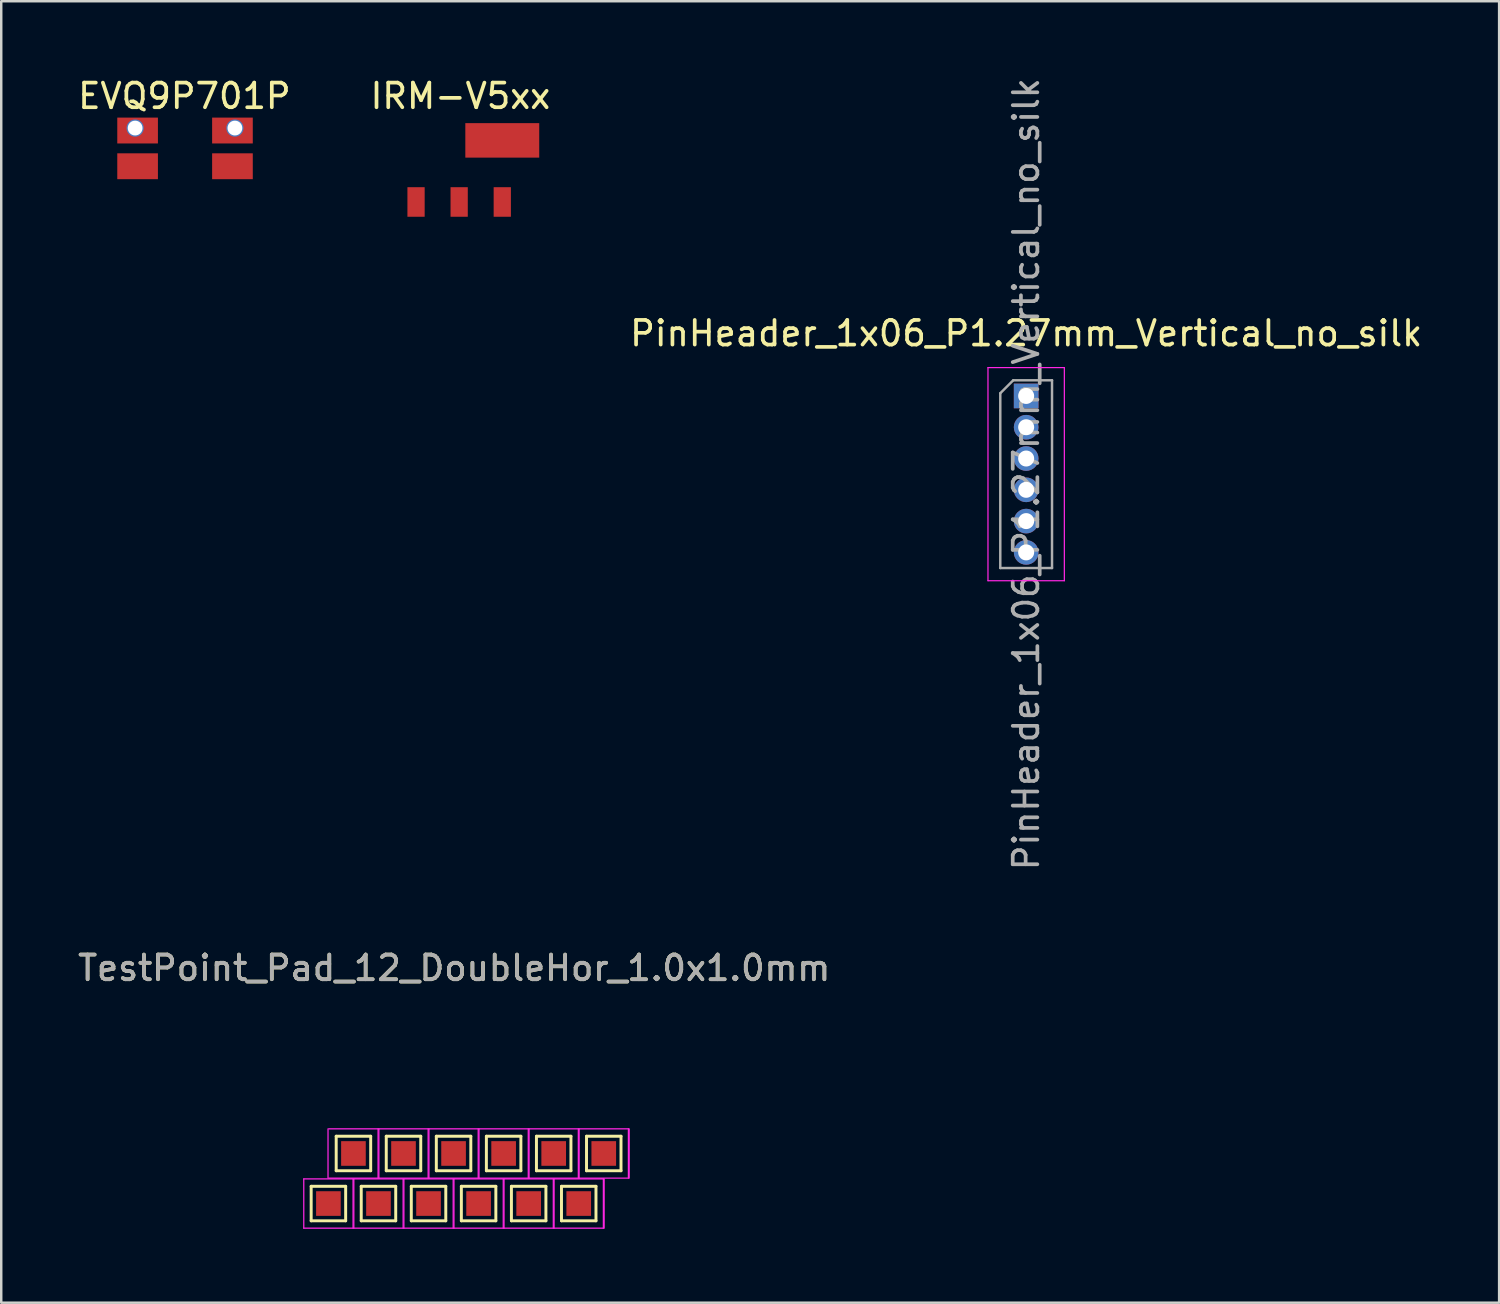
<source format=kicad_pcb>
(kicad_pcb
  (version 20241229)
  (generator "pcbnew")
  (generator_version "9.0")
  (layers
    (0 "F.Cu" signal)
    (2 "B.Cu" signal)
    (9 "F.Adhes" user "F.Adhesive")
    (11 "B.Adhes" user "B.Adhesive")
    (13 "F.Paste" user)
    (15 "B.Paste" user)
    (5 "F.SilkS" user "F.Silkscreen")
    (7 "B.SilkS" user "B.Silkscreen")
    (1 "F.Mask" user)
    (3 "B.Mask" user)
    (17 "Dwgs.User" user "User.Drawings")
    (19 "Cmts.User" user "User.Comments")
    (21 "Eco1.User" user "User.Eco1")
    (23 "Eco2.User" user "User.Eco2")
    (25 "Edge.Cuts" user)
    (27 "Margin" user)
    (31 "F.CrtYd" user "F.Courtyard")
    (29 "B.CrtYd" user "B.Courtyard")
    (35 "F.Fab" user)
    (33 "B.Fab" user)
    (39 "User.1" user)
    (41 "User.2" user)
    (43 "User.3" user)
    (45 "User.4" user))
  (footprint "IRM-V5xx"
    (layer "F.Cu")
    (at 15.637 3.848)
    (property "Reference" "IRM-V5xx" (at 0 -3 0) (layer "F.SilkS") (effects (font (size 1 1) (thickness 0.15))))
    (attr through_hole)
    (pad "1" smd rect (at 1.7 1.3) (size 0.7 1.2) (layers "F.Cu" "F.Mask" "F.Paste"))
    (pad "2" smd rect (at -0.05 1.3) (size 0.7 1.2) (layers "F.Cu" "F.Mask" "F.Paste"))
    (pad "3" smd rect (at -1.8 1.3) (size 0.7 1.2) (layers "F.Cu" "F.Mask" "F.Paste"))
    (pad "3" smd rect (at 1.7 -1.2) (size 3 1.4) (layers "F.Cu" "F.Mask" "F.Paste")))
  (footprint "EVQ9P701P"
    (layer "F.Cu")
    (at 4.435 2.948)
    (property "Reference" "EVQ9P701P" (at 0 -2.1 0) (layer "F.SilkS") (effects (font (size 1 1) (thickness 0.15))))
    (attr through_hole)
    (pad "1" thru_hole circle (at -2 -0.8) (size 0.7 0.7) (drill 0.6) (layers "*.Cu" "*.Mask"))
    (pad "1" smd rect (at -1.9 -0.7) (size 1.65 1.05) (layers "F.Cu" "F.Mask" "F.Paste"))
    (pad "1" smd rect (at 1.95 -0.7) (size 1.65 1.05) (layers "F.Cu" "F.Mask" "F.Paste"))
    (pad "1" thru_hole circle (at 2.05 -0.8) (size 0.7 0.7) (drill 0.6) (layers "*.Cu" "*.Mask"))
    (pad "2" smd rect (at -1.9 0.75) (size 1.65 1.05) (layers "F.Cu" "F.Mask" "F.Paste"))
    (pad "2" smd rect (at 1.95 0.75) (size 1.65 1.05) (layers "F.Cu" "F.Mask" "F.Paste")))
  (footprint "PinHeader_1x06_P1.27mm_Vertical_no_silk"
    (layer "F.Cu")
    (at 38.601 13.021)
    (property "Reference" "PinHeader_1x06_P1.27mm_Vertical_no_silk" (at 0 -2.54 0) (layer "F.SilkS") (effects (font (size 1 1) (thickness 0.15))))
    (attr through_hole)
    (fp_line (start -1.55 -1.15) (end -1.55 7.5) (stroke (width 0.05) (type solid)) (layer "F.CrtYd"))
    (fp_line (start -1.55 7.5) (end 1.55 7.5) (stroke (width 0.05) (type solid)) (layer "F.CrtYd"))
    (fp_line (start 1.55 -1.15) (end -1.55 -1.15) (stroke (width 0.05) (type solid)) (layer "F.CrtYd"))
    (fp_line (start 1.55 7.5) (end 1.55 -1.15) (stroke (width 0.05) (type solid)) (layer "F.CrtYd"))
    (fp_line (start -1.05 -0.11) (end -0.525 -0.635) (stroke (width 0.1) (type solid)) (layer "F.Fab"))
    (fp_line (start -1.05 6.985) (end -1.05 -0.11) (stroke (width 0.1) (type solid)) (layer "F.Fab"))
    (fp_line (start -0.525 -0.635) (end 1.05 -0.635) (stroke (width 0.1) (type solid)) (layer "F.Fab"))
    (fp_line (start 1.05 -0.635) (end 1.05 6.985) (stroke (width 0.1) (type solid)) (layer "F.Fab"))
    (fp_line (start 1.05 6.985) (end -1.05 6.985) (stroke (width 0.1) (type solid)) (layer "F.Fab"))
    (fp_text user "${REFERENCE}" (at 0 3.175 90) (layer "F.Fab") (effects (font (size 1 1) (thickness 0.15))))
    (pad "1" thru_hole rect (at 0 0) (size 1 1) (drill 0.65) (layers "*.Cu" "*.Mask"))
    (pad "2" thru_hole oval (at 0 1.27) (size 1 1) (drill 0.65) (layers "*.Cu" "*.Mask"))
    (pad "3" thru_hole oval (at 0 2.54) (size 1 1) (drill 0.65) (layers "*.Cu" "*.Mask"))
    (pad "4" thru_hole oval (at 0 3.81) (size 1 1) (drill 0.65) (layers "*.Cu" "*.Mask"))
    (pad "5" thru_hole oval (at 0 5.08) (size 1 1) (drill 0.65) (layers "*.Cu" "*.Mask"))
    (pad "6" thru_hole oval (at 0 6.35) (size 1 1) (drill 0.65) (layers "*.Cu" "*.Mask")))
  (footprint "TestPoint_Pad_12_DoubleHor_1.0x1.0mm"
    (layer "F.Cu")
    (at 15.387 44.877)
    (property "Reference" "TestPoint_Pad_12_DoubleHor_1.0x1.0mm" (at 0 -8.636 0) (layer "F.SilkS") (effects (font (size 1 1) (thickness 0.15))))
    (attr exclude_from_pos_files exclude_from_bom)
    (fp_line (start -5.807 0.224) (end -4.407 0.224) (stroke (width 0.12) (type solid)) (layer "F.SilkS"))
    (fp_line (start -5.807 1.624) (end -5.807 0.224) (stroke (width 0.12) (type solid)) (layer "F.SilkS"))
    (fp_line (start -4.791 -1.808) (end -3.391 -1.808) (stroke (width 0.12) (type solid)) (layer "F.SilkS"))
    (fp_line (start -4.791 -0.408) (end -4.791 -1.808) (stroke (width 0.12) (type solid)) (layer "F.SilkS"))
    (fp_line (start -4.407 0.224) (end -4.407 1.624) (stroke (width 0.12) (type solid)) (layer "F.SilkS"))
    (fp_line (start -4.407 1.624) (end -5.807 1.624) (stroke (width 0.12) (type solid)) (layer "F.SilkS"))
    (fp_line (start -3.775 0.224) (end -2.375 0.224) (stroke (width 0.12) (type solid)) (layer "F.SilkS"))
    (fp_line (start -3.775 1.624) (end -3.775 0.224) (stroke (width 0.12) (type solid)) (layer "F.SilkS"))
    (fp_line (start -3.391 -1.808) (end -3.391 -0.408) (stroke (width 0.12) (type solid)) (layer "F.SilkS"))
    (fp_line (start -3.391 -0.408) (end -4.791 -0.408) (stroke (width 0.12) (type solid)) (layer "F.SilkS"))
    (fp_line (start -2.759 -1.808) (end -1.359 -1.808) (stroke (width 0.12) (type solid)) (layer "F.SilkS"))
    (fp_line (start -2.759 -0.408) (end -2.759 -1.808) (stroke (width 0.12) (type solid)) (layer "F.SilkS"))
    (fp_line (start -2.375 0.224) (end -2.375 1.624) (stroke (width 0.12) (type solid)) (layer "F.SilkS"))
    (fp_line (start -2.375 1.624) (end -3.775 1.624) (stroke (width 0.12) (type solid)) (layer "F.SilkS"))
    (fp_line (start -1.743 0.224) (end -0.343 0.224) (stroke (width 0.12) (type solid)) (layer "F.SilkS"))
    (fp_line (start -1.743 1.624) (end -1.743 0.224) (stroke (width 0.12) (type solid)) (layer "F.SilkS"))
    (fp_line (start -1.359 -1.808) (end -1.359 -0.408) (stroke (width 0.12) (type solid)) (layer "F.SilkS"))
    (fp_line (start -1.359 -0.408) (end -2.759 -0.408) (stroke (width 0.12) (type solid)) (layer "F.SilkS"))
    (fp_line (start -0.727 -1.808) (end 0.673 -1.808) (stroke (width 0.12) (type solid)) (layer "F.SilkS"))
    (fp_line (start -0.727 -0.408) (end -0.727 -1.808) (stroke (width 0.12) (type solid)) (layer "F.SilkS"))
    (fp_line (start -0.343 0.224) (end -0.343 1.624) (stroke (width 0.12) (type solid)) (layer "F.SilkS"))
    (fp_line (start -0.343 1.624) (end -1.743 1.624) (stroke (width 0.12) (type solid)) (layer "F.SilkS"))
    (fp_line (start 0.289 0.224) (end 1.689 0.224) (stroke (width 0.12) (type solid)) (layer "F.SilkS"))
    (fp_line (start 0.289 1.624) (end 0.289 0.224) (stroke (width 0.12) (type solid)) (layer "F.SilkS"))
    (fp_line (start 0.673 -1.808) (end 0.673 -0.408) (stroke (width 0.12) (type solid)) (layer "F.SilkS"))
    (fp_line (start 0.673 -0.408) (end -0.727 -0.408) (stroke (width 0.12) (type solid)) (layer "F.SilkS"))
    (fp_line (start 1.305 -1.808) (end 2.705 -1.808) (stroke (width 0.12) (type solid)) (layer "F.SilkS"))
    (fp_line (start 1.305 -0.408) (end 1.305 -1.808) (stroke (width 0.12) (type solid)) (layer "F.SilkS"))
    (fp_line (start 1.689 0.224) (end 1.689 1.624) (stroke (width 0.12) (type solid)) (layer "F.SilkS"))
    (fp_line (start 1.689 1.624) (end 0.289 1.624) (stroke (width 0.12) (type solid)) (layer "F.SilkS"))
    (fp_line (start 2.321 0.224) (end 3.721 0.224) (stroke (width 0.12) (type solid)) (layer "F.SilkS"))
    (fp_line (start 2.321 1.624) (end 2.321 0.224) (stroke (width 0.12) (type solid)) (layer "F.SilkS"))
    (fp_line (start 2.705 -1.808) (end 2.705 -0.408) (stroke (width 0.12) (type solid)) (layer "F.SilkS"))
    (fp_line (start 2.705 -0.408) (end 1.305 -0.408) (stroke (width 0.12) (type solid)) (layer "F.SilkS"))
    (fp_line (start 3.337 -1.808) (end 4.737 -1.808) (stroke (width 0.12) (type solid)) (layer "F.SilkS"))
    (fp_line (start 3.337 -0.408) (end 3.337 -1.808) (stroke (width 0.12) (type solid)) (layer "F.SilkS"))
    (fp_line (start 3.721 0.224) (end 3.721 1.624) (stroke (width 0.12) (type solid)) (layer "F.SilkS"))
    (fp_line (start 3.721 1.624) (end 2.321 1.624) (stroke (width 0.12) (type solid)) (layer "F.SilkS"))
    (fp_line (start 4.353 0.224) (end 5.753 0.224) (stroke (width 0.12) (type solid)) (layer "F.SilkS"))
    (fp_line (start 4.353 1.624) (end 4.353 0.224) (stroke (width 0.12) (type solid)) (layer "F.SilkS"))
    (fp_line (start 4.737 -1.808) (end 4.737 -0.408) (stroke (width 0.12) (type solid)) (layer "F.SilkS"))
    (fp_line (start 4.737 -0.408) (end 3.337 -0.408) (stroke (width 0.12) (type solid)) (layer "F.SilkS"))
    (fp_line (start 5.369 -1.808) (end 6.769 -1.808) (stroke (width 0.12) (type solid)) (layer "F.SilkS"))
    (fp_line (start 5.369 -0.408) (end 5.369 -1.808) (stroke (width 0.12) (type solid)) (layer "F.SilkS"))
    (fp_line (start 5.753 0.224) (end 5.753 1.624) (stroke (width 0.12) (type solid)) (layer "F.SilkS"))
    (fp_line (start 5.753 1.624) (end 4.353 1.624) (stroke (width 0.12) (type solid)) (layer "F.SilkS"))
    (fp_line (start 6.769 -1.808) (end 6.769 -0.408) (stroke (width 0.12) (type solid)) (layer "F.SilkS"))
    (fp_line (start 6.769 -0.408) (end 5.369 -0.408) (stroke (width 0.12) (type solid)) (layer "F.SilkS"))
    (fp_line (start -6.107 1.924) (end -6.107 -0.076) (stroke (width 0.05) (type solid)) (layer "F.CrtYd"))
    (fp_line (start -6.107 1.924) (end -4.107 1.924) (stroke (width 0.05) (type solid)) (layer "F.CrtYd"))
    (fp_line (start -5.123 -2.108) (end -5.123 -0.108) (stroke (width 0.05) (type solid)) (layer "F.CrtYd"))
    (fp_line (start -5.091 -0.108) (end -3.091 -0.108) (stroke (width 0.05) (type solid)) (layer "F.CrtYd"))
    (fp_line (start -4.107 -0.076) (end -6.107 -0.076) (stroke (width 0.05) (type solid)) (layer "F.CrtYd"))
    (fp_line (start -4.107 -0.076) (end -4.107 1.924) (stroke (width 0.05) (type solid)) (layer "F.CrtYd"))
    (fp_line (start -4.075 1.924) (end -4.075 -0.076) (stroke (width 0.05) (type solid)) (layer "F.CrtYd"))
    (fp_line (start -4.075 1.924) (end -2.075 1.924) (stroke (width 0.05) (type solid)) (layer "F.CrtYd"))
    (fp_line (start -3.091 -2.108) (end -5.091 -2.108) (stroke (width 0.05) (type solid)) (layer "F.CrtYd"))
    (fp_line (start -3.091 -2.108) (end -3.091 -0.108) (stroke (width 0.05) (type solid)) (layer "F.CrtYd"))
    (fp_line (start -3.059 -0.108) (end -3.059 -2.108) (stroke (width 0.05) (type solid)) (layer "F.CrtYd"))
    (fp_line (start -3.059 -0.108) (end -1.059 -0.108) (stroke (width 0.05) (type solid)) (layer "F.CrtYd"))
    (fp_line (start -2.075 -0.076) (end -4.075 -0.076) (stroke (width 0.05) (type solid)) (layer "F.CrtYd"))
    (fp_line (start -2.075 -0.076) (end -2.075 1.924) (stroke (width 0.05) (type solid)) (layer "F.CrtYd"))
    (fp_line (start -2.043 1.924) (end -2.043 -0.076) (stroke (width 0.05) (type solid)) (layer "F.CrtYd"))
    (fp_line (start -2.043 1.924) (end -0.043 1.924) (stroke (width 0.05) (type solid)) (layer "F.CrtYd"))
    (fp_line (start -1.059 -2.108) (end -3.059 -2.108) (stroke (width 0.05) (type solid)) (layer "F.CrtYd"))
    (fp_line (start -1.059 -2.108) (end -1.059 -0.108) (stroke (width 0.05) (type solid)) (layer "F.CrtYd"))
    (fp_line (start -1.027 -0.108) (end -1.027 -2.108) (stroke (width 0.05) (type solid)) (layer "F.CrtYd"))
    (fp_line (start -1.027 -0.108) (end 0.973 -0.108) (stroke (width 0.05) (type solid)) (layer "F.CrtYd"))
    (fp_line (start -0.043 -0.076) (end -2.043 -0.076) (stroke (width 0.05) (type solid)) (layer "F.CrtYd"))
    (fp_line (start -0.043 -0.076) (end -0.043 1.924) (stroke (width 0.05) (type solid)) (layer "F.CrtYd"))
    (fp_line (start -0.011 1.924) (end -0.011 -0.076) (stroke (width 0.05) (type solid)) (layer "F.CrtYd"))
    (fp_line (start -0.011 1.924) (end 1.989 1.924) (stroke (width 0.05) (type solid)) (layer "F.CrtYd"))
    (fp_line (start 0.973 -2.108) (end -1.027 -2.108) (stroke (width 0.05) (type solid)) (layer "F.CrtYd"))
    (fp_line (start 0.973 -2.108) (end 0.973 -0.108) (stroke (width 0.05) (type solid)) (layer "F.CrtYd"))
    (fp_line (start 1.005 -0.108) (end 1.005 -2.108) (stroke (width 0.05) (type solid)) (layer "F.CrtYd"))
    (fp_line (start 1.005 -0.108) (end 3.005 -0.108) (stroke (width 0.05) (type solid)) (layer "F.CrtYd"))
    (fp_line (start 1.989 -0.076) (end -0.011 -0.076) (stroke (width 0.05) (type solid)) (layer "F.CrtYd"))
    (fp_line (start 1.989 -0.076) (end 1.989 1.924) (stroke (width 0.05) (type solid)) (layer "F.CrtYd"))
    (fp_line (start 2.021 1.924) (end 2.021 -0.076) (stroke (width 0.05) (type solid)) (layer "F.CrtYd"))
    (fp_line (start 2.021 1.924) (end 4.021 1.924) (stroke (width 0.05) (type solid)) (layer "F.CrtYd"))
    (fp_line (start 3.005 -2.108) (end 1.005 -2.108) (stroke (width 0.05) (type solid)) (layer "F.CrtYd"))
    (fp_line (start 3.005 -2.108) (end 3.005 -0.108) (stroke (width 0.05) (type solid)) (layer "F.CrtYd"))
    (fp_line (start 3.037 -0.108) (end 3.037 -2.108) (stroke (width 0.05) (type solid)) (layer "F.CrtYd"))
    (fp_line (start 3.037 -0.108) (end 5.037 -0.108) (stroke (width 0.05) (type solid)) (layer "F.CrtYd"))
    (fp_line (start 4.021 -0.076) (end 2.021 -0.076) (stroke (width 0.05) (type solid)) (layer "F.CrtYd"))
    (fp_line (start 4.021 -0.076) (end 4.021 1.924) (stroke (width 0.05) (type solid)) (layer "F.CrtYd"))
    (fp_line (start 4.053 1.924) (end 4.053 -0.076) (stroke (width 0.05) (type solid)) (layer "F.CrtYd"))
    (fp_line (start 4.053 1.924) (end 6.053 1.924) (stroke (width 0.05) (type solid)) (layer "F.CrtYd"))
    (fp_line (start 5.037 -2.108) (end 3.037 -2.108) (stroke (width 0.05) (type solid)) (layer "F.CrtYd"))
    (fp_line (start 5.037 -2.108) (end 5.037 -0.108) (stroke (width 0.05) (type solid)) (layer "F.CrtYd"))
    (fp_line (start 5.069 -0.108) (end 5.069 -2.108) (stroke (width 0.05) (type solid)) (layer "F.CrtYd"))
    (fp_line (start 5.069 -0.108) (end 7.069 -0.108) (stroke (width 0.05) (type solid)) (layer "F.CrtYd"))
    (fp_line (start 6.053 -0.076) (end 4.053 -0.076) (stroke (width 0.05) (type solid)) (layer "F.CrtYd"))
    (fp_line (start 6.053 -0.076) (end 6.053 1.924) (stroke (width 0.05) (type solid)) (layer "F.CrtYd"))
    (fp_line (start 6.085 1.924) (end 6.085 -0.076) (stroke (width 0.05) (type solid)) (layer "F.CrtYd"))
    (fp_line (start 7.069 -2.108) (end 5.069 -2.108) (stroke (width 0.05) (type solid)) (layer "F.CrtYd"))
    (fp_line (start 7.069 -2.108) (end 7.069 -0.108) (stroke (width 0.05) (type solid)) (layer "F.CrtYd"))
    (fp_line (start 7.101 -0.108) (end 7.101 -2.108) (stroke (width 0.05) (type solid)) (layer "F.CrtYd"))
    (fp_text user "${REFERENCE}" (at 0 -8.636 0) (layer "F.Fab") (effects (font (size 1 1) (thickness 0.15))))
    (pad "1" smd rect (at 6.069 -1.108 90) (size 1 1) (layers "F.Cu" "F.Mask"))
    (pad "2" smd rect (at 5.053 0.924 90) (size 1 1) (layers "F.Cu" "F.Mask"))
    (pad "3" smd rect (at 4.037 -1.108 90) (size 1 1) (layers "F.Cu" "F.Mask"))
    (pad "4" smd rect (at 3.021 0.924 90) (size 1 1) (layers "F.Cu" "F.Mask"))
    (pad "5" smd rect (at 2.005 -1.108 90) (size 1 1) (layers "F.Cu" "F.Mask"))
    (pad "6" smd rect (at 0.989 0.924 90) (size 1 1) (layers "F.Cu" "F.Mask"))
    (pad "7" smd rect (at -0.027 -1.108 90) (size 1 1) (layers "F.Cu" "F.Mask"))
    (pad "8" smd rect (at -1.043 0.924 90) (size 1 1) (layers "F.Cu" "F.Mask"))
    (pad "9" smd rect (at -2.059 -1.108 90) (size 1 1) (layers "F.Cu" "F.Mask"))
    (pad "10" smd rect (at -3.075 0.924 90) (size 1 1) (layers "F.Cu" "F.Mask"))
    (pad "11" smd rect (at -4.091 -1.108 90) (size 1 1) (layers "F.Cu" "F.Mask"))
    (pad "12" smd rect (at -5.107 0.924 90) (size 1 1) (layers "F.Cu" "F.Mask")))
  (gr_rect
    (start -3 -3)
    (end 57.798 49.826)
    (stroke (width 0.1) (type default))
    (fill no)
    (layer "Edge.Cuts")))
</source>
